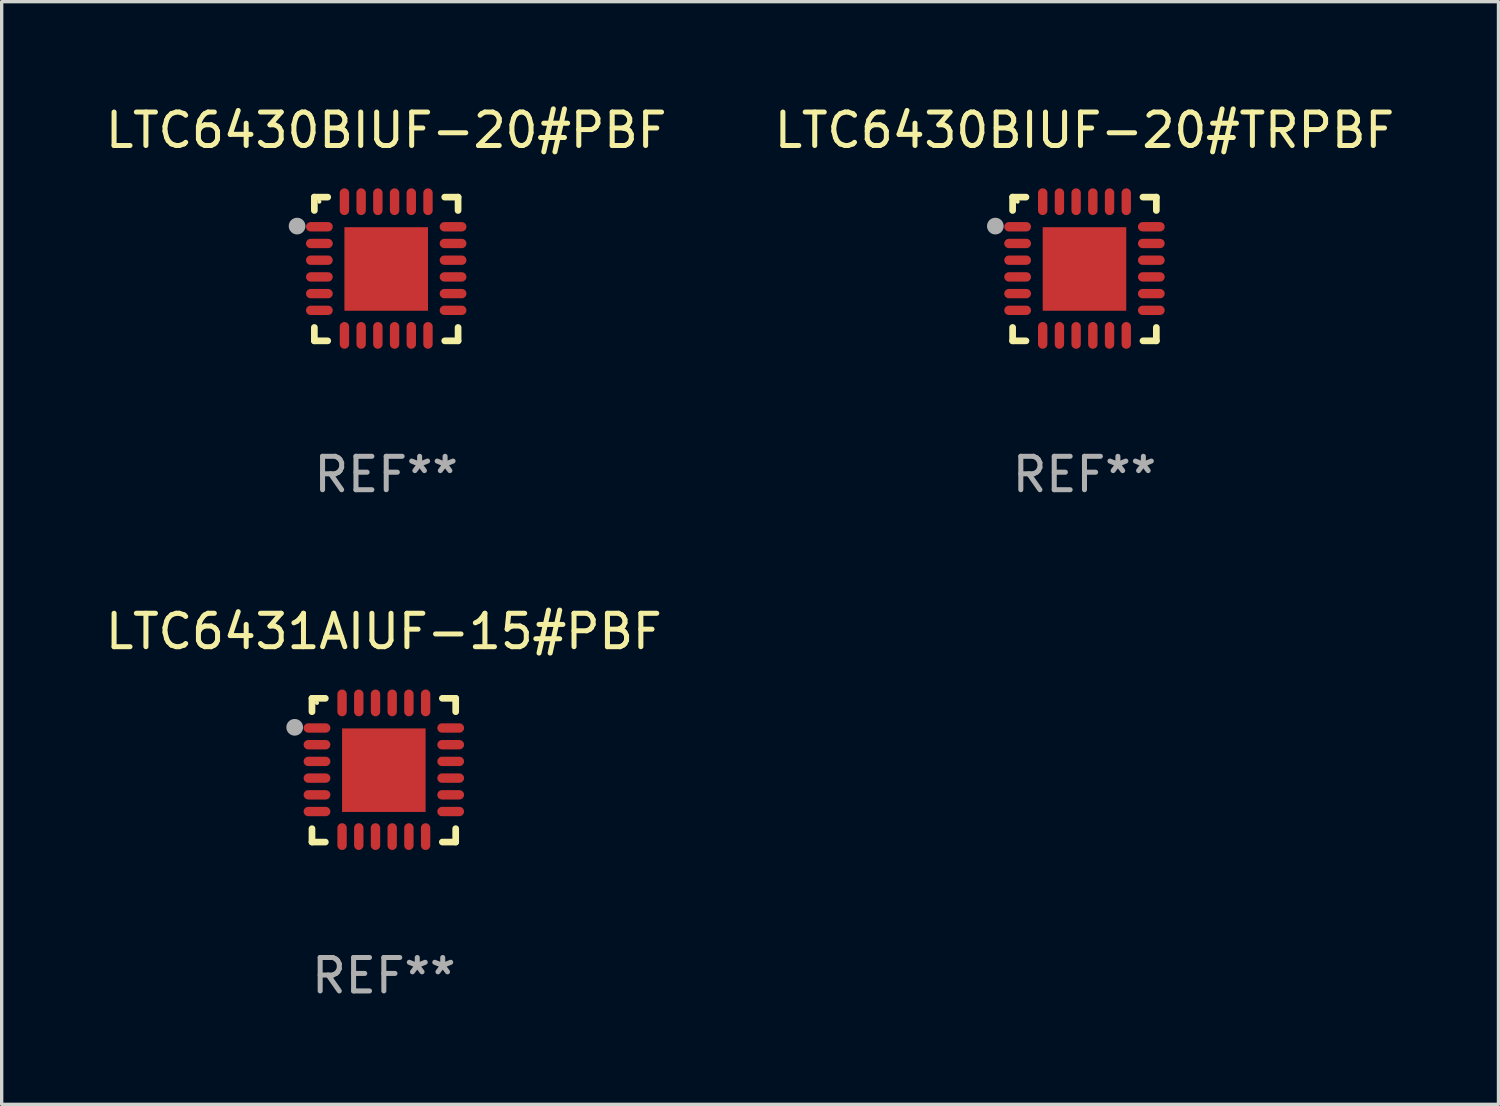
<source format=kicad_pcb>
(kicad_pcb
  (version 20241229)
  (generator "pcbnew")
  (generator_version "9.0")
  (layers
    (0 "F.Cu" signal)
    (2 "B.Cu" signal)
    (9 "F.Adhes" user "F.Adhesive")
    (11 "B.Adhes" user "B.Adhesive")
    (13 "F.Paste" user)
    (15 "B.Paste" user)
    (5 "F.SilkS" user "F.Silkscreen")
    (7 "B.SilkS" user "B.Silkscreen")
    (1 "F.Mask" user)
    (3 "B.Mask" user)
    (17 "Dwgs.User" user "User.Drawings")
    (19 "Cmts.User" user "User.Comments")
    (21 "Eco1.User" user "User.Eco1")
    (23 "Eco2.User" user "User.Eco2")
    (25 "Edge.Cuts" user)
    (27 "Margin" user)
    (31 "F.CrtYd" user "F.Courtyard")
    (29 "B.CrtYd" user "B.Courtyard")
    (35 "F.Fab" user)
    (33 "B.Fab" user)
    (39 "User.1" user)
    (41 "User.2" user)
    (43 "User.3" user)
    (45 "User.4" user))
  (footprint "LTC6430BIUF-20#PBF"
    (layer "F.Cu")
    (at 8.506 4.998)
    (property "Reference" "LTC6430BIUF-20#PBF" (at 0 -4.15 0) (layer "F.SilkS") (effects (font (size 1 1) (thickness 0.15))))
    (attr through_hole)
    (fp_line (start -2.15 -2.15) (end -1.75 -2.15) (stroke (width 0.2) (type solid)) (layer "F.SilkS"))
    (fp_line (start -2.15 -1.75) (end -2.15 -2.15) (stroke (width 0.2) (type solid)) (layer "F.SilkS"))
    (fp_line (start -2.15 2.15) (end -2.15 1.75) (stroke (width 0.2) (type solid)) (layer "F.SilkS"))
    (fp_line (start -1.75 2.15) (end -2.15 2.15) (stroke (width 0.2) (type solid)) (layer "F.SilkS"))
    (fp_line (start 1.75 -2.15) (end 2.15 -2.15) (stroke (width 0.2) (type solid)) (layer "F.SilkS"))
    (fp_line (start 1.75 2.15) (end 2.15 2.15) (stroke (width 0.2) (type solid)) (layer "F.SilkS"))
    (fp_line (start 2.15 -2.15) (end 2.15 -1.75) (stroke (width 0.2) (type solid)) (layer "F.SilkS"))
    (fp_line (start 2.15 2.15) (end 2.15 1.75) (stroke (width 0.2) (type solid)) (layer "F.SilkS"))
    (fp_circle (center -2 -2.013) (end -1.97 -2.013) (stroke (width 0.06) (type solid)) (fill no) (layer "F.SilkS"))
    (fp_circle (center -2.667 -1.283) (end -2.542 -1.283) (stroke (width 0.25) (type solid)) (fill no) (layer "F.Fab"))
    (fp_text user "REF**" (at 0 6.15 0) (layer "F.Fab") (effects (font (size 1 1) (thickness 0.15))))
    (pad "1" smd oval (at -2 -1.263) (size 0.8 0.28) (layers "F.Cu" "F.Mask" "F.Paste"))
    (pad "2" smd oval (at -2 -0.763) (size 0.8 0.28) (layers "F.Cu" "F.Mask" "F.Paste"))
    (pad "3" smd oval (at -2 -0.263) (size 0.8 0.28) (layers "F.Cu" "F.Mask" "F.Paste"))
    (pad "4" smd oval (at -2 0.237) (size 0.8 0.28) (layers "F.Cu" "F.Mask" "F.Paste"))
    (pad "5" smd oval (at -2 0.737) (size 0.8 0.28) (layers "F.Cu" "F.Mask" "F.Paste"))
    (pad "6" smd oval (at -2 1.237) (size 0.8 0.28) (layers "F.Cu" "F.Mask" "F.Paste"))
    (pad "7" smd oval (at -1.25 1.987) (size 0.28 0.8) (layers "F.Cu" "F.Mask" "F.Paste"))
    (pad "8" smd oval (at -0.75 1.987) (size 0.28 0.8) (layers "F.Cu" "F.Mask" "F.Paste"))
    (pad "9" smd oval (at -0.25 1.987) (size 0.28 0.8) (layers "F.Cu" "F.Mask" "F.Paste"))
    (pad "10" smd oval (at 0.25 1.987) (size 0.28 0.8) (layers "F.Cu" "F.Mask" "F.Paste"))
    (pad "11" smd oval (at 0.75 1.987) (size 0.28 0.8) (layers "F.Cu" "F.Mask" "F.Paste"))
    (pad "12" smd oval (at 1.25 1.987) (size 0.28 0.8) (layers "F.Cu" "F.Mask" "F.Paste"))
    (pad "13" smd oval (at 2 1.237) (size 0.8 0.28) (layers "F.Cu" "F.Mask" "F.Paste"))
    (pad "14" smd oval (at 2 0.737) (size 0.8 0.28) (layers "F.Cu" "F.Mask" "F.Paste"))
    (pad "15" smd oval (at 2 0.237) (size 0.8 0.28) (layers "F.Cu" "F.Mask" "F.Paste"))
    (pad "16" smd oval (at 2 -0.263) (size 0.8 0.28) (layers "F.Cu" "F.Mask" "F.Paste"))
    (pad "17" smd oval (at 2 -0.763) (size 0.8 0.28) (layers "F.Cu" "F.Mask" "F.Paste"))
    (pad "18" smd oval (at 2 -1.263) (size 0.8 0.28) (layers "F.Cu" "F.Mask" "F.Paste"))
    (pad "19" smd oval (at 1.25 -2.013) (size 0.28 0.8) (layers "F.Cu" "F.Mask" "F.Paste"))
    (pad "20" smd oval (at 0.75 -2.013) (size 0.28 0.8) (layers "F.Cu" "F.Mask" "F.Paste"))
    (pad "21" smd oval (at 0.25 -2.013) (size 0.28 0.8) (layers "F.Cu" "F.Mask" "F.Paste"))
    (pad "22" smd oval (at -0.25 -2.013) (size 0.28 0.8) (layers "F.Cu" "F.Mask" "F.Paste"))
    (pad "23" smd oval (at -0.75 -2.013) (size 0.28 0.8) (layers "F.Cu" "F.Mask" "F.Paste"))
    (pad "24" smd oval (at -1.25 -2.013) (size 0.28 0.8) (layers "F.Cu" "F.Mask" "F.Paste"))
    (pad "25" smd rect (at -0.000127 -0.00014) (size 2.5 2.5) (layers "F.Cu" "F.Mask" "F.Paste")))
  (footprint "LTC6431AIUF-15#PBF"
    (layer "F.Cu")
    (at 8.435 19.995)
    (property "Reference" "LTC6431AIUF-15#PBF" (at 0 -4.15 0) (layer "F.SilkS") (effects (font (size 1 1) (thickness 0.15))))
    (attr through_hole)
    (fp_line (start -2.15 -2.15) (end -1.75 -2.15) (stroke (width 0.2) (type solid)) (layer "F.SilkS"))
    (fp_line (start -2.15 -1.75) (end -2.15 -2.15) (stroke (width 0.2) (type solid)) (layer "F.SilkS"))
    (fp_line (start -2.15 2.15) (end -2.15 1.75) (stroke (width 0.2) (type solid)) (layer "F.SilkS"))
    (fp_line (start -1.75 2.15) (end -2.15 2.15) (stroke (width 0.2) (type solid)) (layer "F.SilkS"))
    (fp_line (start 1.75 -2.15) (end 2.15 -2.15) (stroke (width 0.2) (type solid)) (layer "F.SilkS"))
    (fp_line (start 1.75 2.15) (end 2.15 2.15) (stroke (width 0.2) (type solid)) (layer "F.SilkS"))
    (fp_line (start 2.15 -2.15) (end 2.15 -1.75) (stroke (width 0.2) (type solid)) (layer "F.SilkS"))
    (fp_line (start 2.15 2.15) (end 2.15 1.75) (stroke (width 0.2) (type solid)) (layer "F.SilkS"))
    (fp_circle (center -2 -2.013) (end -1.97 -2.013) (stroke (width 0.06) (type solid)) (fill no) (layer "F.SilkS"))
    (fp_circle (center -2.667 -1.283) (end -2.542 -1.283) (stroke (width 0.25) (type solid)) (fill no) (layer "F.Fab"))
    (fp_text user "REF**" (at 0 6.15 0) (layer "F.Fab") (effects (font (size 1 1) (thickness 0.15))))
    (pad "1" smd oval (at -2 -1.263) (size 0.8 0.28) (layers "F.Cu" "F.Mask" "F.Paste"))
    (pad "2" smd oval (at -2 -0.763) (size 0.8 0.28) (layers "F.Cu" "F.Mask" "F.Paste"))
    (pad "3" smd oval (at -2 -0.263) (size 0.8 0.28) (layers "F.Cu" "F.Mask" "F.Paste"))
    (pad "4" smd oval (at -2 0.237) (size 0.8 0.28) (layers "F.Cu" "F.Mask" "F.Paste"))
    (pad "5" smd oval (at -2 0.737) (size 0.8 0.28) (layers "F.Cu" "F.Mask" "F.Paste"))
    (pad "6" smd oval (at -2 1.237) (size 0.8 0.28) (layers "F.Cu" "F.Mask" "F.Paste"))
    (pad "7" smd oval (at -1.25 1.987) (size 0.28 0.8) (layers "F.Cu" "F.Mask" "F.Paste"))
    (pad "8" smd oval (at -0.75 1.987) (size 0.28 0.8) (layers "F.Cu" "F.Mask" "F.Paste"))
    (pad "9" smd oval (at -0.25 1.987) (size 0.28 0.8) (layers "F.Cu" "F.Mask" "F.Paste"))
    (pad "10" smd oval (at 0.25 1.987) (size 0.28 0.8) (layers "F.Cu" "F.Mask" "F.Paste"))
    (pad "11" smd oval (at 0.75 1.987) (size 0.28 0.8) (layers "F.Cu" "F.Mask" "F.Paste"))
    (pad "12" smd oval (at 1.25 1.987) (size 0.28 0.8) (layers "F.Cu" "F.Mask" "F.Paste"))
    (pad "13" smd oval (at 2 1.237) (size 0.8 0.28) (layers "F.Cu" "F.Mask" "F.Paste"))
    (pad "14" smd oval (at 2 0.737) (size 0.8 0.28) (layers "F.Cu" "F.Mask" "F.Paste"))
    (pad "15" smd oval (at 2 0.237) (size 0.8 0.28) (layers "F.Cu" "F.Mask" "F.Paste"))
    (pad "16" smd oval (at 2 -0.263) (size 0.8 0.28) (layers "F.Cu" "F.Mask" "F.Paste"))
    (pad "17" smd oval (at 2 -0.763) (size 0.8 0.28) (layers "F.Cu" "F.Mask" "F.Paste"))
    (pad "18" smd oval (at 2 -1.263) (size 0.8 0.28) (layers "F.Cu" "F.Mask" "F.Paste"))
    (pad "19" smd oval (at 1.25 -2.013) (size 0.28 0.8) (layers "F.Cu" "F.Mask" "F.Paste"))
    (pad "20" smd oval (at 0.75 -2.013) (size 0.28 0.8) (layers "F.Cu" "F.Mask" "F.Paste"))
    (pad "21" smd oval (at 0.25 -2.013) (size 0.28 0.8) (layers "F.Cu" "F.Mask" "F.Paste"))
    (pad "22" smd oval (at -0.25 -2.013) (size 0.28 0.8) (layers "F.Cu" "F.Mask" "F.Paste"))
    (pad "23" smd oval (at -0.75 -2.013) (size 0.28 0.8) (layers "F.Cu" "F.Mask" "F.Paste"))
    (pad "24" smd oval (at -1.25 -2.013) (size 0.28 0.8) (layers "F.Cu" "F.Mask" "F.Paste"))
    (pad "25" smd rect (at -0.000127 -0.00014) (size 2.5 2.5) (layers "F.Cu" "F.Mask" "F.Paste")))
  (footprint "LTC6430BIUF-20#TRPBF"
    (layer "F.Cu")
    (at 29.399 4.998)
    (property "Reference" "LTC6430BIUF-20#TRPBF" (at 0 -4.15 0) (layer "F.SilkS") (effects (font (size 1 1) (thickness 0.15))))
    (attr through_hole)
    (fp_line (start -2.15 -2.15) (end -1.75 -2.15) (stroke (width 0.2) (type solid)) (layer "F.SilkS"))
    (fp_line (start -2.15 -1.75) (end -2.15 -2.15) (stroke (width 0.2) (type solid)) (layer "F.SilkS"))
    (fp_line (start -2.15 2.15) (end -2.15 1.75) (stroke (width 0.2) (type solid)) (layer "F.SilkS"))
    (fp_line (start -1.75 2.15) (end -2.15 2.15) (stroke (width 0.2) (type solid)) (layer "F.SilkS"))
    (fp_line (start 1.75 -2.15) (end 2.15 -2.15) (stroke (width 0.2) (type solid)) (layer "F.SilkS"))
    (fp_line (start 1.75 2.15) (end 2.15 2.15) (stroke (width 0.2) (type solid)) (layer "F.SilkS"))
    (fp_line (start 2.15 -2.15) (end 2.15 -1.75) (stroke (width 0.2) (type solid)) (layer "F.SilkS"))
    (fp_line (start 2.15 2.15) (end 2.15 1.75) (stroke (width 0.2) (type solid)) (layer "F.SilkS"))
    (fp_circle (center -2 -2.013) (end -1.97 -2.013) (stroke (width 0.06) (type solid)) (fill no) (layer "F.SilkS"))
    (fp_circle (center -2.667 -1.283) (end -2.542 -1.283) (stroke (width 0.25) (type solid)) (fill no) (layer "F.Fab"))
    (fp_text user "REF**" (at 0 6.15 0) (layer "F.Fab") (effects (font (size 1 1) (thickness 0.15))))
    (pad "1" smd oval (at -2 -1.263) (size 0.8 0.28) (layers "F.Cu" "F.Mask" "F.Paste"))
    (pad "2" smd oval (at -2 -0.763) (size 0.8 0.28) (layers "F.Cu" "F.Mask" "F.Paste"))
    (pad "3" smd oval (at -2 -0.263) (size 0.8 0.28) (layers "F.Cu" "F.Mask" "F.Paste"))
    (pad "4" smd oval (at -2 0.237) (size 0.8 0.28) (layers "F.Cu" "F.Mask" "F.Paste"))
    (pad "5" smd oval (at -2 0.737) (size 0.8 0.28) (layers "F.Cu" "F.Mask" "F.Paste"))
    (pad "6" smd oval (at -2 1.237) (size 0.8 0.28) (layers "F.Cu" "F.Mask" "F.Paste"))
    (pad "7" smd oval (at -1.25 1.987) (size 0.28 0.8) (layers "F.Cu" "F.Mask" "F.Paste"))
    (pad "8" smd oval (at -0.75 1.987) (size 0.28 0.8) (layers "F.Cu" "F.Mask" "F.Paste"))
    (pad "9" smd oval (at -0.25 1.987) (size 0.28 0.8) (layers "F.Cu" "F.Mask" "F.Paste"))
    (pad "10" smd oval (at 0.25 1.987) (size 0.28 0.8) (layers "F.Cu" "F.Mask" "F.Paste"))
    (pad "11" smd oval (at 0.75 1.987) (size 0.28 0.8) (layers "F.Cu" "F.Mask" "F.Paste"))
    (pad "12" smd oval (at 1.25 1.987) (size 0.28 0.8) (layers "F.Cu" "F.Mask" "F.Paste"))
    (pad "13" smd oval (at 2 1.237) (size 0.8 0.28) (layers "F.Cu" "F.Mask" "F.Paste"))
    (pad "14" smd oval (at 2 0.737) (size 0.8 0.28) (layers "F.Cu" "F.Mask" "F.Paste"))
    (pad "15" smd oval (at 2 0.237) (size 0.8 0.28) (layers "F.Cu" "F.Mask" "F.Paste"))
    (pad "16" smd oval (at 2 -0.263) (size 0.8 0.28) (layers "F.Cu" "F.Mask" "F.Paste"))
    (pad "17" smd oval (at 2 -0.763) (size 0.8 0.28) (layers "F.Cu" "F.Mask" "F.Paste"))
    (pad "18" smd oval (at 2 -1.263) (size 0.8 0.28) (layers "F.Cu" "F.Mask" "F.Paste"))
    (pad "19" smd oval (at 1.25 -2.013) (size 0.28 0.8) (layers "F.Cu" "F.Mask" "F.Paste"))
    (pad "20" smd oval (at 0.75 -2.013) (size 0.28 0.8) (layers "F.Cu" "F.Mask" "F.Paste"))
    (pad "21" smd oval (at 0.25 -2.013) (size 0.28 0.8) (layers "F.Cu" "F.Mask" "F.Paste"))
    (pad "22" smd oval (at -0.25 -2.013) (size 0.28 0.8) (layers "F.Cu" "F.Mask" "F.Paste"))
    (pad "23" smd oval (at -0.75 -2.013) (size 0.28 0.8) (layers "F.Cu" "F.Mask" "F.Paste"))
    (pad "24" smd oval (at -1.25 -2.013) (size 0.28 0.8) (layers "F.Cu" "F.Mask" "F.Paste"))
    (pad "25" smd rect (at -0.000127 -0.00014) (size 2.5 2.5) (layers "F.Cu" "F.Mask" "F.Paste")))
  (gr_rect
    (start -3 -3)
    (end 41.786 29.993)
    (stroke (width 0.1) (type default))
    (fill no)
    (layer "Edge.Cuts")))
</source>
